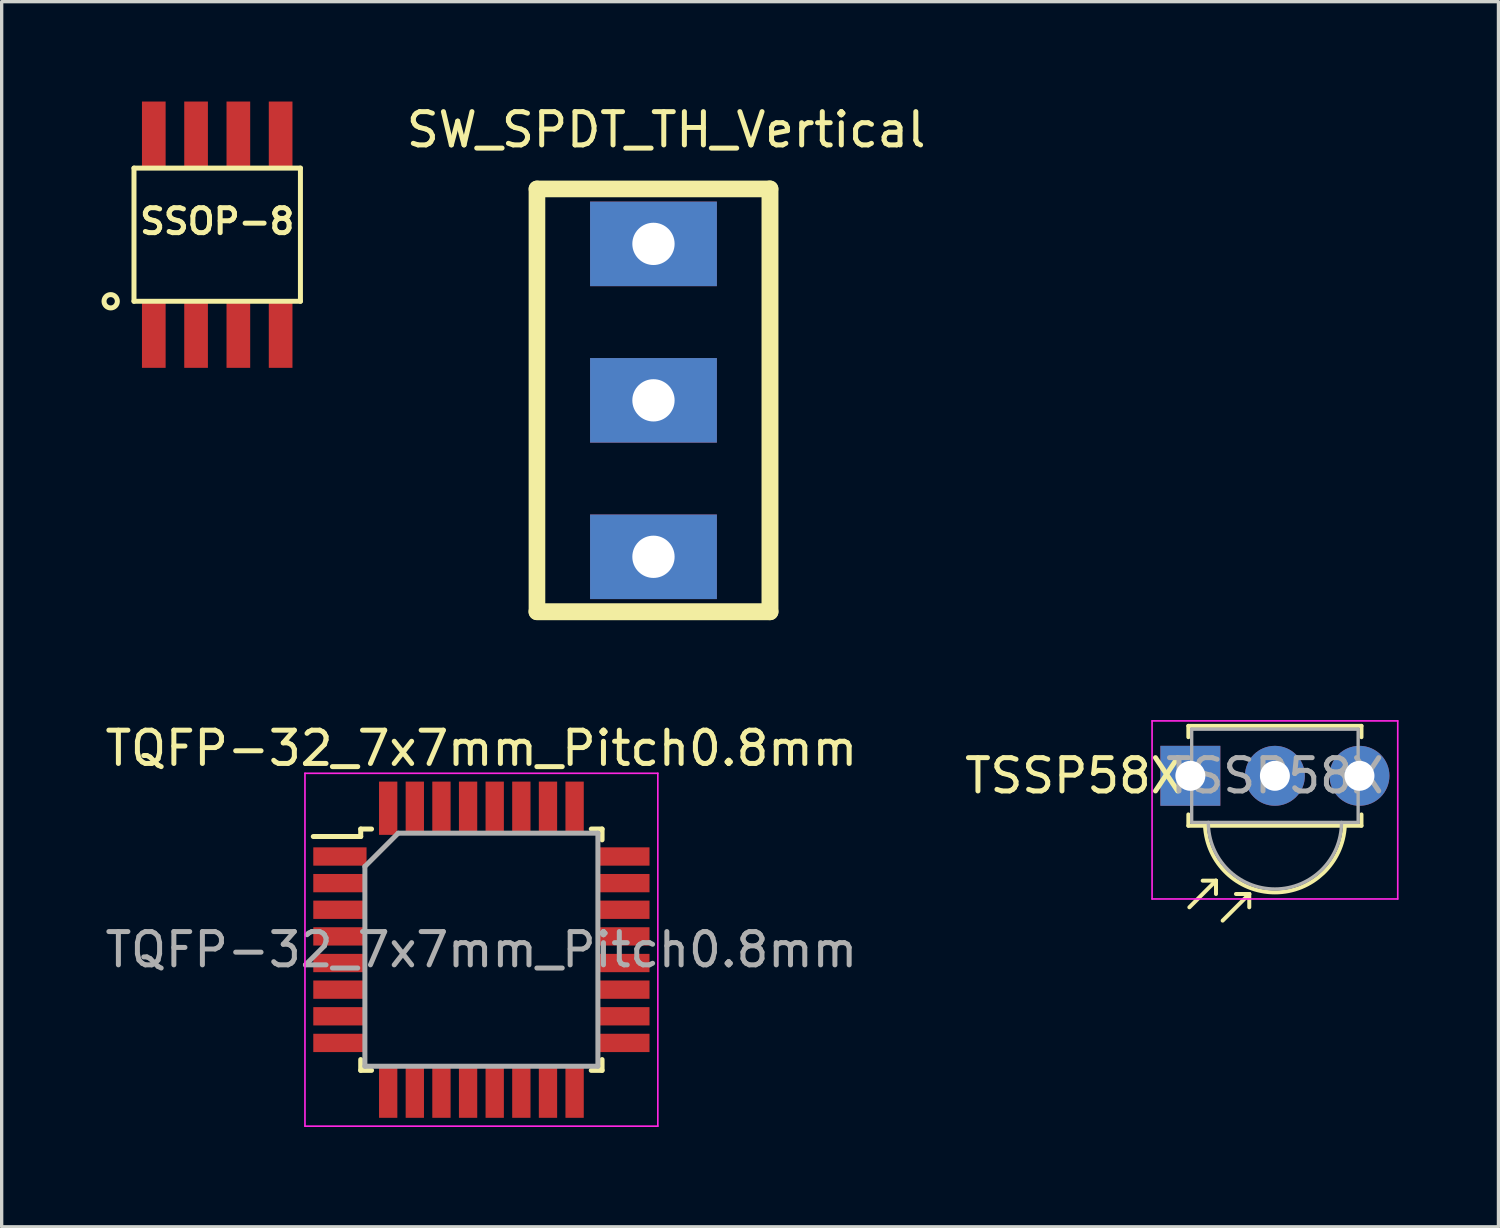
<source format=kicad_pcb>
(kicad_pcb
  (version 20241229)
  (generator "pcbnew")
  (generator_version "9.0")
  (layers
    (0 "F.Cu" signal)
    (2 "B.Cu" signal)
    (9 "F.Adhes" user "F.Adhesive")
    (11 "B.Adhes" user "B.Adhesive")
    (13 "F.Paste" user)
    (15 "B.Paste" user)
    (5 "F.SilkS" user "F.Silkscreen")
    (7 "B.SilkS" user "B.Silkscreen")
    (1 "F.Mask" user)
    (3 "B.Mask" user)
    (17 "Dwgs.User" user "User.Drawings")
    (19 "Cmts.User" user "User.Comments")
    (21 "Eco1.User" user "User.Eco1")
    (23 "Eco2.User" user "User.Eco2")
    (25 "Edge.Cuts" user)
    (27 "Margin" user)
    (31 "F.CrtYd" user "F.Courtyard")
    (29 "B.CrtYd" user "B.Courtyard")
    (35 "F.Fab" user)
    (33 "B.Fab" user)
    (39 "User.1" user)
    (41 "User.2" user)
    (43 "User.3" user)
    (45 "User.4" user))
  (footprint "TQFP-32_7x7mm_Pitch0.8mm"
    (layer "F.Cu")
    (at 11.411 25.479)
    (property "Reference" "TQFP-32_7x7mm_Pitch0.8mm" (at 0 -6.05 0) (layer "F.SilkS") (effects (font (size 1 1) (thickness 0.15))))
    (attr smd)
    (fp_line (start -3.625 -3.625) (end -3.625 -3.4) (stroke (width 0.15) (type solid)) (layer "F.SilkS"))
    (fp_line (start -3.625 -3.625) (end -3.3 -3.625) (stroke (width 0.15) (type solid)) (layer "F.SilkS"))
    (fp_line (start -3.625 -3.4) (end -5.05 -3.4) (stroke (width 0.15) (type solid)) (layer "F.SilkS"))
    (fp_line (start -3.625 3.625) (end -3.625 3.3) (stroke (width 0.15) (type solid)) (layer "F.SilkS"))
    (fp_line (start -3.625 3.625) (end -3.3 3.625) (stroke (width 0.15) (type solid)) (layer "F.SilkS"))
    (fp_line (start 3.625 -3.625) (end 3.3 -3.625) (stroke (width 0.15) (type solid)) (layer "F.SilkS"))
    (fp_line (start 3.625 -3.625) (end 3.625 -3.3) (stroke (width 0.15) (type solid)) (layer "F.SilkS"))
    (fp_line (start 3.625 3.625) (end 3.3 3.625) (stroke (width 0.15) (type solid)) (layer "F.SilkS"))
    (fp_line (start 3.625 3.625) (end 3.625 3.3) (stroke (width 0.15) (type solid)) (layer "F.SilkS"))
    (fp_line (start -5.3 -5.3) (end -5.3 5.3) (stroke (width 0.05) (type solid)) (layer "F.CrtYd"))
    (fp_line (start -5.3 -5.3) (end 5.3 -5.3) (stroke (width 0.05) (type solid)) (layer "F.CrtYd"))
    (fp_line (start -5.3 5.3) (end 5.3 5.3) (stroke (width 0.05) (type solid)) (layer "F.CrtYd"))
    (fp_line (start 5.3 -5.3) (end 5.3 5.3) (stroke (width 0.05) (type solid)) (layer "F.CrtYd"))
    (fp_line (start -3.5 -2.5) (end -2.5 -3.5) (stroke (width 0.15) (type solid)) (layer "F.Fab"))
    (fp_line (start -3.5 3.5) (end -3.5 -2.5) (stroke (width 0.15) (type solid)) (layer "F.Fab"))
    (fp_line (start -2.5 -3.5) (end 3.5 -3.5) (stroke (width 0.15) (type solid)) (layer "F.Fab"))
    (fp_line (start 3.5 -3.5) (end 3.5 3.5) (stroke (width 0.15) (type solid)) (layer "F.Fab"))
    (fp_line (start 3.5 3.5) (end -3.5 3.5) (stroke (width 0.15) (type solid)) (layer "F.Fab"))
    (fp_text user "${REFERENCE}" (at 0 0 0) (layer "F.Fab") (effects (font (size 1 1) (thickness 0.15))))
    (pad "1" smd rect (at -4.25 -2.8) (size 1.6 0.55) (layers "F.Cu" "F.Mask" "F.Paste"))
    (pad "2" smd rect (at -4.25 -2) (size 1.6 0.55) (layers "F.Cu" "F.Mask" "F.Paste"))
    (pad "3" smd rect (at -4.25 -1.2) (size 1.6 0.55) (layers "F.Cu" "F.Mask" "F.Paste"))
    (pad "4" smd rect (at -4.25 -0.4) (size 1.6 0.55) (layers "F.Cu" "F.Mask" "F.Paste"))
    (pad "5" smd rect (at -4.25 0.4) (size 1.6 0.55) (layers "F.Cu" "F.Mask" "F.Paste"))
    (pad "6" smd rect (at -4.25 1.2) (size 1.6 0.55) (layers "F.Cu" "F.Mask" "F.Paste"))
    (pad "7" smd rect (at -4.25 2) (size 1.6 0.55) (layers "F.Cu" "F.Mask" "F.Paste"))
    (pad "8" smd rect (at -4.25 2.8) (size 1.6 0.55) (layers "F.Cu" "F.Mask" "F.Paste"))
    (pad "9" smd rect (at -2.8 4.25 90) (size 1.6 0.55) (layers "F.Cu" "F.Mask" "F.Paste"))
    (pad "10" smd rect (at -2 4.25 90) (size 1.6 0.55) (layers "F.Cu" "F.Mask" "F.Paste"))
    (pad "11" smd rect (at -1.2 4.25 90) (size 1.6 0.55) (layers "F.Cu" "F.Mask" "F.Paste"))
    (pad "12" smd rect (at -0.4 4.25 90) (size 1.6 0.55) (layers "F.Cu" "F.Mask" "F.Paste"))
    (pad "13" smd rect (at 0.4 4.25 90) (size 1.6 0.55) (layers "F.Cu" "F.Mask" "F.Paste"))
    (pad "14" smd rect (at 1.2 4.25 90) (size 1.6 0.55) (layers "F.Cu" "F.Mask" "F.Paste"))
    (pad "15" smd rect (at 2 4.25 90) (size 1.6 0.55) (layers "F.Cu" "F.Mask" "F.Paste"))
    (pad "16" smd rect (at 2.8 4.25 90) (size 1.6 0.55) (layers "F.Cu" "F.Mask" "F.Paste"))
    (pad "17" smd rect (at 4.25 2.8) (size 1.6 0.55) (layers "F.Cu" "F.Mask" "F.Paste"))
    (pad "18" smd rect (at 4.25 2) (size 1.6 0.55) (layers "F.Cu" "F.Mask" "F.Paste"))
    (pad "19" smd rect (at 4.25 1.2) (size 1.6 0.55) (layers "F.Cu" "F.Mask" "F.Paste"))
    (pad "20" smd rect (at 4.25 0.4) (size 1.6 0.55) (layers "F.Cu" "F.Mask" "F.Paste"))
    (pad "21" smd rect (at 4.25 -0.4) (size 1.6 0.55) (layers "F.Cu" "F.Mask" "F.Paste"))
    (pad "22" smd rect (at 4.25 -1.2) (size 1.6 0.55) (layers "F.Cu" "F.Mask" "F.Paste"))
    (pad "23" smd rect (at 4.25 -2) (size 1.6 0.55) (layers "F.Cu" "F.Mask" "F.Paste"))
    (pad "24" smd rect (at 4.25 -2.8) (size 1.6 0.55) (layers "F.Cu" "F.Mask" "F.Paste"))
    (pad "25" smd rect (at 2.8 -4.25 90) (size 1.6 0.55) (layers "F.Cu" "F.Mask" "F.Paste"))
    (pad "26" smd rect (at 2 -4.25 90) (size 1.6 0.55) (layers "F.Cu" "F.Mask" "F.Paste"))
    (pad "27" smd rect (at 1.2 -4.25 90) (size 1.6 0.55) (layers "F.Cu" "F.Mask" "F.Paste"))
    (pad "28" smd rect (at 0.4 -4.25 90) (size 1.6 0.55) (layers "F.Cu" "F.Mask" "F.Paste"))
    (pad "29" smd rect (at -0.4 -4.25 90) (size 1.6 0.55) (layers "F.Cu" "F.Mask" "F.Paste"))
    (pad "30" smd rect (at -1.2 -4.25 90) (size 1.6 0.55) (layers "F.Cu" "F.Mask" "F.Paste"))
    (pad "31" smd rect (at -2 -4.25 90) (size 1.6 0.55) (layers "F.Cu" "F.Mask" "F.Paste"))
    (pad "32" smd rect (at -2.8 -4.25 90) (size 1.6 0.55) (layers "F.Cu" "F.Mask" "F.Paste")))
  (footprint "SW_SPDT_TH_Vertical"
    (layer "F.Cu")
    (at 16.58 8.976)
    (property "Reference" "SW_SPDT_TH_Vertical" (at 0.381 -8.128 180) (layer "F.SilkS") (effects (font (size 1 1) (thickness 0.15))))
    (attr through_hole)
    (fp_line (start -3.5 -6.35) (end -3.5 6.35) (stroke (width 0.5) (type solid)) (layer "F.SilkS"))
    (fp_line (start -3.5 6.35) (end 3.5 6.35) (stroke (width 0.508) (type solid)) (layer "F.SilkS"))
    (fp_line (start 3.5 -6.35) (end -3.5 -6.35) (stroke (width 0.5) (type solid)) (layer "F.SilkS"))
    (fp_line (start 3.5 -6.35) (end 3.5 6.35) (stroke (width 0.508) (type solid)) (layer "F.SilkS"))
    (pad "1" thru_hole rect (at 0 -4.7) (size 3.81 2.54) (drill 1.27) (layers "*.Cu" "*.Mask"))
    (pad "2" thru_hole rect (at 0 0) (size 3.81 2.54) (drill 1.27) (layers "*.Cu" "*.Mask"))
    (pad "3" thru_hole rect (at 0 4.7) (size 3.81 2.54) (drill 1.27) (layers "*.Cu" "*.Mask")))
  (footprint "TSSP58X"
    (layer "F.Cu")
    (at 35.248 20.255)
    (property "Reference" "TSSP58X" (at -6.04 0 180) (layer "F.SilkS") (effects (font (size 1 1) (thickness 0.15))))
    (attr through_hole)
    (fp_line (start -2.6 -1.5) (end -2.6 -1.16) (stroke (width 0.12) (type solid)) (layer "F.SilkS"))
    (fp_line (start -2.6 1.5) (end -2.6 1.16) (stroke (width 0.12) (type solid)) (layer "F.SilkS"))
    (fp_line (start -1.77 3.15) (end -2.57 3.95) (stroke (width 0.12) (type solid)) (layer "F.SilkS"))
    (fp_line (start -1.77 3.15) (end -2.17 3.15) (stroke (width 0.12) (type solid)) (layer "F.SilkS"))
    (fp_line (start -1.77 3.15) (end -1.77 3.55) (stroke (width 0.12) (type solid)) (layer "F.SilkS"))
    (fp_line (start -0.77 3.55) (end -1.57 4.35) (stroke (width 0.12) (type solid)) (layer "F.SilkS"))
    (fp_line (start -0.77 3.55) (end -1.17 3.55) (stroke (width 0.12) (type solid)) (layer "F.SilkS"))
    (fp_line (start -0.77 3.55) (end -0.77 3.95) (stroke (width 0.12) (type solid)) (layer "F.SilkS"))
    (fp_line (start 2.6 -1.5) (end -2.6 -1.5) (stroke (width 0.12) (type solid)) (layer "F.SilkS"))
    (fp_line (start 2.6 -1.16) (end 2.6 -1.5) (stroke (width 0.12) (type solid)) (layer "F.SilkS"))
    (fp_line (start 2.6 1.16) (end 2.6 1.5) (stroke (width 0.12) (type solid)) (layer "F.SilkS"))
    (fp_line (start 2.6 1.5) (end -2.6 1.5) (stroke (width 0.12) (type solid)) (layer "F.SilkS"))
    (fp_arc (start 2.1 1.5) (mid 0.000869 3.502379) (end -2.099917 1.501736) (stroke (width 0.12) (type solid)) (layer "F.SilkS"))
    (fp_line (start -3.69 -1.65) (end -3.69 3.7) (stroke (width 0.05) (type solid)) (layer "F.CrtYd"))
    (fp_line (start -3.69 -1.65) (end 3.69 -1.65) (stroke (width 0.05) (type solid)) (layer "F.CrtYd"))
    (fp_line (start 3.69 3.7) (end -3.69 3.7) (stroke (width 0.05) (type solid)) (layer "F.CrtYd"))
    (fp_line (start 3.69 3.7) (end 3.69 -1.65) (stroke (width 0.05) (type solid)) (layer "F.CrtYd"))
    (fp_line (start -2.5 -1.4) (end 2.5 -1.4) (stroke (width 0.1) (type solid)) (layer "F.Fab"))
    (fp_line (start -2.5 1.4) (end -2.5 -1.4) (stroke (width 0.1) (type solid)) (layer "F.Fab"))
    (fp_line (start 2.5 -1.4) (end 2.5 1.4) (stroke (width 0.1) (type solid)) (layer "F.Fab"))
    (fp_line (start 2.5 1.4) (end -2.5 1.4) (stroke (width 0.1) (type solid)) (layer "F.Fab"))
    (fp_arc (start 2 1.4) (mid 0 3.4) (end -2 1.4) (stroke (width 0.1) (type solid)) (layer "F.Fab"))
    (fp_text user "${REFERENCE}" (at 0 0 0) (layer "F.Fab") (effects (font (size 1 1) (thickness 0.15))))
    (pad "1" thru_hole rect (at -2.54 0) (size 1.8 1.8) (drill 0.9) (layers "*.Cu" "*.Mask"))
    (pad "2" thru_hole circle (at 0 0) (size 1.8 1.8) (drill 0.9) (layers "*.Cu" "*.Mask"))
    (pad "3" thru_hole circle (at 2.54 0) (size 1.8 1.8) (drill 0.9) (layers "*.Cu" "*.Mask")))
  (footprint "SSOP-8"
    (layer "F.Cu")
    (at 3.475 4)
    (property "Reference" "SSOP-8" (at 0 -0.4 0) (layer "F.SilkS") (effects (font (size 0.749 0.749) (thickness 0.15))))
    (attr through_hole)
    (fp_line (start -2.5 -2) (end -2.5 2) (stroke (width 0.15) (type solid)) (layer "F.SilkS"))
    (fp_line (start -2.5 2) (end 2.5 2) (stroke (width 0.15) (type solid)) (layer "F.SilkS"))
    (fp_line (start 2.5 -2) (end -2.5 -2) (stroke (width 0.15) (type solid)) (layer "F.SilkS"))
    (fp_line (start 2.5 -2) (end 2.5 2) (stroke (width 0.15) (type solid)) (layer "F.SilkS"))
    (fp_circle (center -3.2 2) (end -3 2) (stroke (width 0.15) (type solid)) (fill no) (layer "F.SilkS"))
    (pad "1" smd rect (at -1.905 3) (size 0.711 2) (layers "F.Cu" "F.Mask" "F.Paste"))
    (pad "2" smd rect (at -0.635 3) (size 0.711 2) (layers "F.Cu" "F.Mask" "F.Paste"))
    (pad "3" smd rect (at 0.635 3) (size 0.711 2) (layers "F.Cu" "F.Mask" "F.Paste"))
    (pad "4" smd rect (at 1.905 3) (size 0.711 2) (layers "F.Cu" "F.Mask" "F.Paste"))
    (pad "5" smd rect (at 1.905 -3 180) (size 0.711 2) (layers "F.Cu" "F.Mask" "F.Paste"))
    (pad "6" smd rect (at 0.635 -3 180) (size 0.711 2) (layers "F.Cu" "F.Mask" "F.Paste"))
    (pad "7" smd rect (at -0.635 -3 180) (size 0.711 2) (layers "F.Cu" "F.Mask" "F.Paste"))
    (pad "8" smd rect (at -1.905 -3 180) (size 0.711 2) (layers "F.Cu" "F.Mask" "F.Paste")))
  (gr_rect
    (start -3 -3)
    (end 41.963 33.803)
    (stroke (width 0.1) (type default))
    (fill no)
    (layer "Edge.Cuts")))
</source>
